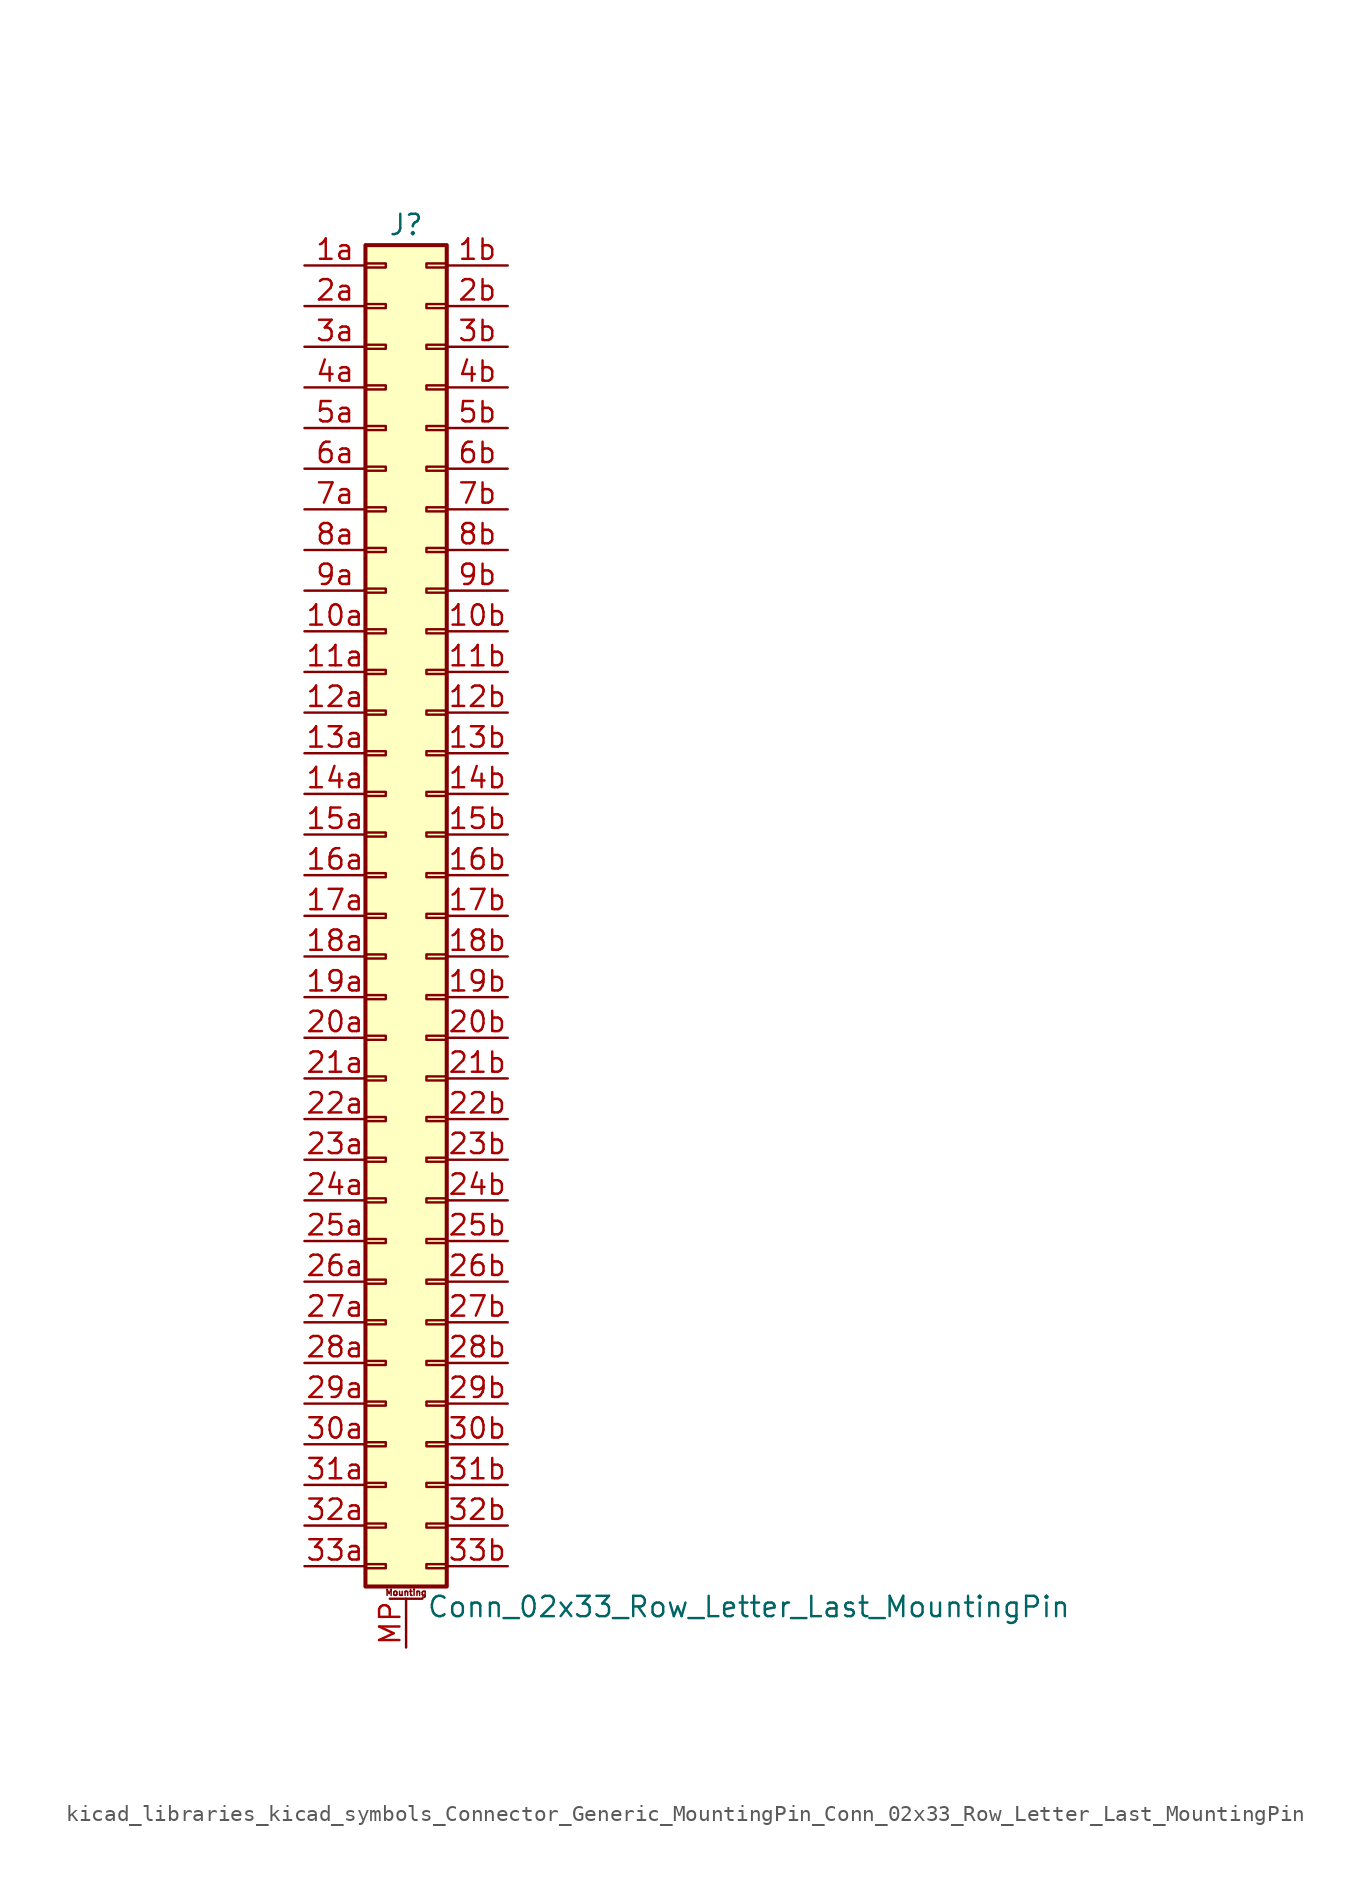
<source format=kicad_sym>
(kicad_symbol_lib
  (version 20220914)
  (generator kicad_symbol_editor)
  (symbol "kicad_libraries_kicad_symbols_Connector_Generic_MountingPin_Conn_02x33_Row_Letter_Last_MountingPin"
    (pin_names
      (offset 1.016) hide)
    (property "Reference" "J"
      (at 1.27 43.18 0)
      (effects (font (size 1.27 1.27))))
    (property "Value" "Conn_02x33_Row_Letter_Last_MountingPin"
      (at 2.54 -43.18 0)
      (effects (font (size 1.27 1.27)) (justify left)))
    (symbol "kicad_libraries_kicad_symbols_Connector_Generic_MountingPin_Conn_02x33_Row_Letter_Last_MountingPin_1_1"
      (rectangle (start -1.27 -40.513) (end 0 -40.767) (stroke (width 0.152) (type default)) (fill (type none)))
      (rectangle (start -1.27 -37.973) (end 0 -38.227) (stroke (width 0.152) (type default)) (fill (type none)))
      (rectangle (start -1.27 -35.433) (end 0 -35.687) (stroke (width 0.152) (type default)) (fill (type none)))
      (rectangle (start -1.27 -32.893) (end 0 -33.147) (stroke (width 0.152) (type default)) (fill (type none)))
      (rectangle (start -1.27 -30.353) (end 0 -30.607) (stroke (width 0.152) (type default)) (fill (type none)))
      (rectangle (start -1.27 -27.813) (end 0 -28.067) (stroke (width 0.152) (type default)) (fill (type none)))
      (rectangle (start -1.27 -25.273) (end 0 -25.527) (stroke (width 0.152) (type default)) (fill (type none)))
      (rectangle (start -1.27 -22.733) (end 0 -22.987) (stroke (width 0.152) (type default)) (fill (type none)))
      (rectangle (start -1.27 -20.193) (end 0 -20.447) (stroke (width 0.152) (type default)) (fill (type none)))
      (rectangle (start -1.27 -17.653) (end 0 -17.907) (stroke (width 0.152) (type default)) (fill (type none)))
      (rectangle (start -1.27 -15.113) (end 0 -15.367) (stroke (width 0.152) (type default)) (fill (type none)))
      (rectangle (start -1.27 -12.573) (end 0 -12.827) (stroke (width 0.152) (type default)) (fill (type none)))
      (rectangle (start -1.27 -10.033) (end 0 -10.287) (stroke (width 0.152) (type default)) (fill (type none)))
      (rectangle (start -1.27 -7.493) (end 0 -7.747) (stroke (width 0.152) (type default)) (fill (type none)))
      (rectangle (start -1.27 -4.953) (end 0 -5.207) (stroke (width 0.152) (type default)) (fill (type none)))
      (rectangle (start -1.27 -2.413) (end 0 -2.667) (stroke (width 0.152) (type default)) (fill (type none)))
      (rectangle (start -1.27 0.127) (end 0 -0.127) (stroke (width 0.152) (type default)) (fill (type none)))
      (rectangle (start -1.27 2.667) (end 0 2.413) (stroke (width 0.152) (type default)) (fill (type none)))
      (rectangle (start -1.27 5.207) (end 0 4.953) (stroke (width 0.152) (type default)) (fill (type none)))
      (rectangle (start -1.27 7.747) (end 0 7.493) (stroke (width 0.152) (type default)) (fill (type none)))
      (rectangle (start -1.27 10.287) (end 0 10.033) (stroke (width 0.152) (type default)) (fill (type none)))
      (rectangle (start -1.27 12.827) (end 0 12.573) (stroke (width 0.152) (type default)) (fill (type none)))
      (rectangle (start -1.27 15.367) (end 0 15.113) (stroke (width 0.152) (type default)) (fill (type none)))
      (rectangle (start -1.27 17.907) (end 0 17.653) (stroke (width 0.152) (type default)) (fill (type none)))
      (rectangle (start -1.27 20.447) (end 0 20.193) (stroke (width 0.152) (type default)) (fill (type none)))
      (rectangle (start -1.27 22.987) (end 0 22.733) (stroke (width 0.152) (type default)) (fill (type none)))
      (rectangle (start -1.27 25.527) (end 0 25.273) (stroke (width 0.152) (type default)) (fill (type none)))
      (rectangle (start -1.27 28.067) (end 0 27.813) (stroke (width 0.152) (type default)) (fill (type none)))
      (rectangle (start -1.27 30.607) (end 0 30.353) (stroke (width 0.152) (type default)) (fill (type none)))
      (rectangle (start -1.27 33.147) (end 0 32.893) (stroke (width 0.152) (type default)) (fill (type none)))
      (rectangle (start -1.27 35.687) (end 0 35.433) (stroke (width 0.152) (type default)) (fill (type none)))
      (rectangle (start -1.27 38.227) (end 0 37.973) (stroke (width 0.152) (type default)) (fill (type none)))
      (rectangle (start -1.27 40.767) (end 0 40.513) (stroke (width 0.152) (type default)) (fill (type none)))
      (rectangle (start -1.27 41.91) (end 3.81 -41.91) (stroke (width 0.254) (type default)) (fill (type background)))
      (polyline (pts (xy 0.254 -42.672) (xy 2.286 -42.672)) (stroke (width 0.152) (type default)) (fill (type none)))
      (rectangle (start 3.81 -40.513) (end 2.54 -40.767) (stroke (width 0.152) (type default)) (fill (type none)))
      (rectangle (start 3.81 -37.973) (end 2.54 -38.227) (stroke (width 0.152) (type default)) (fill (type none)))
      (rectangle (start 3.81 -35.433) (end 2.54 -35.687) (stroke (width 0.152) (type default)) (fill (type none)))
      (rectangle (start 3.81 -32.893) (end 2.54 -33.147) (stroke (width 0.152) (type default)) (fill (type none)))
      (rectangle (start 3.81 -30.353) (end 2.54 -30.607) (stroke (width 0.152) (type default)) (fill (type none)))
      (rectangle (start 3.81 -27.813) (end 2.54 -28.067) (stroke (width 0.152) (type default)) (fill (type none)))
      (rectangle (start 3.81 -25.273) (end 2.54 -25.527) (stroke (width 0.152) (type default)) (fill (type none)))
      (rectangle (start 3.81 -22.733) (end 2.54 -22.987) (stroke (width 0.152) (type default)) (fill (type none)))
      (rectangle (start 3.81 -20.193) (end 2.54 -20.447) (stroke (width 0.152) (type default)) (fill (type none)))
      (rectangle (start 3.81 -17.653) (end 2.54 -17.907) (stroke (width 0.152) (type default)) (fill (type none)))
      (rectangle (start 3.81 -15.113) (end 2.54 -15.367) (stroke (width 0.152) (type default)) (fill (type none)))
      (rectangle (start 3.81 -12.573) (end 2.54 -12.827) (stroke (width 0.152) (type default)) (fill (type none)))
      (rectangle (start 3.81 -10.033) (end 2.54 -10.287) (stroke (width 0.152) (type default)) (fill (type none)))
      (rectangle (start 3.81 -7.493) (end 2.54 -7.747) (stroke (width 0.152) (type default)) (fill (type none)))
      (rectangle (start 3.81 -4.953) (end 2.54 -5.207) (stroke (width 0.152) (type default)) (fill (type none)))
      (rectangle (start 3.81 -2.413) (end 2.54 -2.667) (stroke (width 0.152) (type default)) (fill (type none)))
      (rectangle (start 3.81 0.127) (end 2.54 -0.127) (stroke (width 0.152) (type default)) (fill (type none)))
      (rectangle (start 3.81 2.667) (end 2.54 2.413) (stroke (width 0.152) (type default)) (fill (type none)))
      (rectangle (start 3.81 5.207) (end 2.54 4.953) (stroke (width 0.152) (type default)) (fill (type none)))
      (rectangle (start 3.81 7.747) (end 2.54 7.493) (stroke (width 0.152) (type default)) (fill (type none)))
      (rectangle (start 3.81 10.287) (end 2.54 10.033) (stroke (width 0.152) (type default)) (fill (type none)))
      (rectangle (start 3.81 12.827) (end 2.54 12.573) (stroke (width 0.152) (type default)) (fill (type none)))
      (rectangle (start 3.81 15.367) (end 2.54 15.113) (stroke (width 0.152) (type default)) (fill (type none)))
      (rectangle (start 3.81 17.907) (end 2.54 17.653) (stroke (width 0.152) (type default)) (fill (type none)))
      (rectangle (start 3.81 20.447) (end 2.54 20.193) (stroke (width 0.152) (type default)) (fill (type none)))
      (rectangle (start 3.81 22.987) (end 2.54 22.733) (stroke (width 0.152) (type default)) (fill (type none)))
      (rectangle (start 3.81 25.527) (end 2.54 25.273) (stroke (width 0.152) (type default)) (fill (type none)))
      (rectangle (start 3.81 28.067) (end 2.54 27.813) (stroke (width 0.152) (type default)) (fill (type none)))
      (rectangle (start 3.81 30.607) (end 2.54 30.353) (stroke (width 0.152) (type default)) (fill (type none)))
      (rectangle (start 3.81 33.147) (end 2.54 32.893) (stroke (width 0.152) (type default)) (fill (type none)))
      (rectangle (start 3.81 35.687) (end 2.54 35.433) (stroke (width 0.152) (type default)) (fill (type none)))
      (rectangle (start 3.81 38.227) (end 2.54 37.973) (stroke (width 0.152) (type default)) (fill (type none)))
      (rectangle (start 3.81 40.767) (end 2.54 40.513) (stroke (width 0.152) (type default)) (fill (type none)))
      (text "Mounting" (at 1.27 -42.291 0) (effects (font (size 0.381 0.381))))
      (pin passive line (at -5.08 17.78 0) (length 3.81) (name "Pin_10a" (effects (font (size 1.27 1.27)))) (number "10a" (effects (font (size 1.27 1.27)))))
      (pin passive line (at 7.62 17.78 180) (length 3.81) (name "Pin_10b" (effects (font (size 1.27 1.27)))) (number "10b" (effects (font (size 1.27 1.27)))))
      (pin passive line (at -5.08 15.24 0) (length 3.81) (name "Pin_11a" (effects (font (size 1.27 1.27)))) (number "11a" (effects (font (size 1.27 1.27)))))
      (pin passive line (at 7.62 15.24 180) (length 3.81) (name "Pin_11b" (effects (font (size 1.27 1.27)))) (number "11b" (effects (font (size 1.27 1.27)))))
      (pin passive line (at -5.08 12.7 0) (length 3.81) (name "Pin_12a" (effects (font (size 1.27 1.27)))) (number "12a" (effects (font (size 1.27 1.27)))))
      (pin passive line (at 7.62 12.7 180) (length 3.81) (name "Pin_12b" (effects (font (size 1.27 1.27)))) (number "12b" (effects (font (size 1.27 1.27)))))
      (pin passive line (at -5.08 10.16 0) (length 3.81) (name "Pin_13a" (effects (font (size 1.27 1.27)))) (number "13a" (effects (font (size 1.27 1.27)))))
      (pin passive line (at 7.62 10.16 180) (length 3.81) (name "Pin_13b" (effects (font (size 1.27 1.27)))) (number "13b" (effects (font (size 1.27 1.27)))))
      (pin passive line (at -5.08 7.62 0) (length 3.81) (name "Pin_14a" (effects (font (size 1.27 1.27)))) (number "14a" (effects (font (size 1.27 1.27)))))
      (pin passive line (at 7.62 7.62 180) (length 3.81) (name "Pin_14b" (effects (font (size 1.27 1.27)))) (number "14b" (effects (font (size 1.27 1.27)))))
      (pin passive line (at -5.08 5.08 0) (length 3.81) (name "Pin_15a" (effects (font (size 1.27 1.27)))) (number "15a" (effects (font (size 1.27 1.27)))))
      (pin passive line (at 7.62 5.08 180) (length 3.81) (name "Pin_15b" (effects (font (size 1.27 1.27)))) (number "15b" (effects (font (size 1.27 1.27)))))
      (pin passive line (at -5.08 2.54 0) (length 3.81) (name "Pin_16a" (effects (font (size 1.27 1.27)))) (number "16a" (effects (font (size 1.27 1.27)))))
      (pin passive line (at 7.62 2.54 180) (length 3.81) (name "Pin_16b" (effects (font (size 1.27 1.27)))) (number "16b" (effects (font (size 1.27 1.27)))))
      (pin passive line (at -5.08 0 0) (length 3.81) (name "Pin_17a" (effects (font (size 1.27 1.27)))) (number "17a" (effects (font (size 1.27 1.27)))))
      (pin passive line (at 7.62 0 180) (length 3.81) (name "Pin_17b" (effects (font (size 1.27 1.27)))) (number "17b" (effects (font (size 1.27 1.27)))))
      (pin passive line (at -5.08 -2.54 0) (length 3.81) (name "Pin_18a" (effects (font (size 1.27 1.27)))) (number "18a" (effects (font (size 1.27 1.27)))))
      (pin passive line (at 7.62 -2.54 180) (length 3.81) (name "Pin_18b" (effects (font (size 1.27 1.27)))) (number "18b" (effects (font (size 1.27 1.27)))))
      (pin passive line (at -5.08 -5.08 0) (length 3.81) (name "Pin_19a" (effects (font (size 1.27 1.27)))) (number "19a" (effects (font (size 1.27 1.27)))))
      (pin passive line (at 7.62 -5.08 180) (length 3.81) (name "Pin_19b" (effects (font (size 1.27 1.27)))) (number "19b" (effects (font (size 1.27 1.27)))))
      (pin passive line (at -5.08 40.64 0) (length 3.81) (name "Pin_1a" (effects (font (size 1.27 1.27)))) (number "1a" (effects (font (size 1.27 1.27)))))
      (pin passive line (at 7.62 40.64 180) (length 3.81) (name "Pin_1b" (effects (font (size 1.27 1.27)))) (number "1b" (effects (font (size 1.27 1.27)))))
      (pin passive line (at -5.08 -7.62 0) (length 3.81) (name "Pin_20a" (effects (font (size 1.27 1.27)))) (number "20a" (effects (font (size 1.27 1.27)))))
      (pin passive line (at 7.62 -7.62 180) (length 3.81) (name "Pin_20b" (effects (font (size 1.27 1.27)))) (number "20b" (effects (font (size 1.27 1.27)))))
      (pin passive line (at -5.08 -10.16 0) (length 3.81) (name "Pin_21a" (effects (font (size 1.27 1.27)))) (number "21a" (effects (font (size 1.27 1.27)))))
      (pin passive line (at 7.62 -10.16 180) (length 3.81) (name "Pin_21b" (effects (font (size 1.27 1.27)))) (number "21b" (effects (font (size 1.27 1.27)))))
      (pin passive line (at -5.08 -12.7 0) (length 3.81) (name "Pin_22a" (effects (font (size 1.27 1.27)))) (number "22a" (effects (font (size 1.27 1.27)))))
      (pin passive line (at 7.62 -12.7 180) (length 3.81) (name "Pin_22b" (effects (font (size 1.27 1.27)))) (number "22b" (effects (font (size 1.27 1.27)))))
      (pin passive line (at -5.08 -15.24 0) (length 3.81) (name "Pin_23a" (effects (font (size 1.27 1.27)))) (number "23a" (effects (font (size 1.27 1.27)))))
      (pin passive line (at 7.62 -15.24 180) (length 3.81) (name "Pin_23b" (effects (font (size 1.27 1.27)))) (number "23b" (effects (font (size 1.27 1.27)))))
      (pin passive line (at -5.08 -17.78 0) (length 3.81) (name "Pin_24a" (effects (font (size 1.27 1.27)))) (number "24a" (effects (font (size 1.27 1.27)))))
      (pin passive line (at 7.62 -17.78 180) (length 3.81) (name "Pin_24b" (effects (font (size 1.27 1.27)))) (number "24b" (effects (font (size 1.27 1.27)))))
      (pin passive line (at -5.08 -20.32 0) (length 3.81) (name "Pin_25a" (effects (font (size 1.27 1.27)))) (number "25a" (effects (font (size 1.27 1.27)))))
      (pin passive line (at 7.62 -20.32 180) (length 3.81) (name "Pin_25b" (effects (font (size 1.27 1.27)))) (number "25b" (effects (font (size 1.27 1.27)))))
      (pin passive line (at -5.08 -22.86 0) (length 3.81) (name "Pin_26a" (effects (font (size 1.27 1.27)))) (number "26a" (effects (font (size 1.27 1.27)))))
      (pin passive line (at 7.62 -22.86 180) (length 3.81) (name "Pin_26b" (effects (font (size 1.27 1.27)))) (number "26b" (effects (font (size 1.27 1.27)))))
      (pin passive line (at -5.08 -25.4 0) (length 3.81) (name "Pin_27a" (effects (font (size 1.27 1.27)))) (number "27a" (effects (font (size 1.27 1.27)))))
      (pin passive line (at 7.62 -25.4 180) (length 3.81) (name "Pin_27b" (effects (font (size 1.27 1.27)))) (number "27b" (effects (font (size 1.27 1.27)))))
      (pin passive line (at -5.08 -27.94 0) (length 3.81) (name "Pin_28a" (effects (font (size 1.27 1.27)))) (number "28a" (effects (font (size 1.27 1.27)))))
      (pin passive line (at 7.62 -27.94 180) (length 3.81) (name "Pin_28b" (effects (font (size 1.27 1.27)))) (number "28b" (effects (font (size 1.27 1.27)))))
      (pin passive line (at -5.08 -30.48 0) (length 3.81) (name "Pin_29a" (effects (font (size 1.27 1.27)))) (number "29a" (effects (font (size 1.27 1.27)))))
      (pin passive line (at 7.62 -30.48 180) (length 3.81) (name "Pin_29b" (effects (font (size 1.27 1.27)))) (number "29b" (effects (font (size 1.27 1.27)))))
      (pin passive line (at -5.08 38.1 0) (length 3.81) (name "Pin_2a" (effects (font (size 1.27 1.27)))) (number "2a" (effects (font (size 1.27 1.27)))))
      (pin passive line (at 7.62 38.1 180) (length 3.81) (name "Pin_2b" (effects (font (size 1.27 1.27)))) (number "2b" (effects (font (size 1.27 1.27)))))
      (pin passive line (at -5.08 -33.02 0) (length 3.81) (name "Pin_30a" (effects (font (size 1.27 1.27)))) (number "30a" (effects (font (size 1.27 1.27)))))
      (pin passive line (at 7.62 -33.02 180) (length 3.81) (name "Pin_30b" (effects (font (size 1.27 1.27)))) (number "30b" (effects (font (size 1.27 1.27)))))
      (pin passive line (at -5.08 -35.56 0) (length 3.81) (name "Pin_31a" (effects (font (size 1.27 1.27)))) (number "31a" (effects (font (size 1.27 1.27)))))
      (pin passive line (at 7.62 -35.56 180) (length 3.81) (name "Pin_31b" (effects (font (size 1.27 1.27)))) (number "31b" (effects (font (size 1.27 1.27)))))
      (pin passive line (at -5.08 -38.1 0) (length 3.81) (name "Pin_32a" (effects (font (size 1.27 1.27)))) (number "32a" (effects (font (size 1.27 1.27)))))
      (pin passive line (at 7.62 -38.1 180) (length 3.81) (name "Pin_32b" (effects (font (size 1.27 1.27)))) (number "32b" (effects (font (size 1.27 1.27)))))
      (pin passive line (at -5.08 -40.64 0) (length 3.81) (name "Pin_33a" (effects (font (size 1.27 1.27)))) (number "33a" (effects (font (size 1.27 1.27)))))
      (pin passive line (at 7.62 -40.64 180) (length 3.81) (name "Pin_33b" (effects (font (size 1.27 1.27)))) (number "33b" (effects (font (size 1.27 1.27)))))
      (pin passive line (at -5.08 35.56 0) (length 3.81) (name "Pin_3a" (effects (font (size 1.27 1.27)))) (number "3a" (effects (font (size 1.27 1.27)))))
      (pin passive line (at 7.62 35.56 180) (length 3.81) (name "Pin_3b" (effects (font (size 1.27 1.27)))) (number "3b" (effects (font (size 1.27 1.27)))))
      (pin passive line (at -5.08 33.02 0) (length 3.81) (name "Pin_4a" (effects (font (size 1.27 1.27)))) (number "4a" (effects (font (size 1.27 1.27)))))
      (pin passive line (at 7.62 33.02 180) (length 3.81) (name "Pin_4b" (effects (font (size 1.27 1.27)))) (number "4b" (effects (font (size 1.27 1.27)))))
      (pin passive line (at -5.08 30.48 0) (length 3.81) (name "Pin_5a" (effects (font (size 1.27 1.27)))) (number "5a" (effects (font (size 1.27 1.27)))))
      (pin passive line (at 7.62 30.48 180) (length 3.81) (name "Pin_5b" (effects (font (size 1.27 1.27)))) (number "5b" (effects (font (size 1.27 1.27)))))
      (pin passive line (at -5.08 27.94 0) (length 3.81) (name "Pin_6a" (effects (font (size 1.27 1.27)))) (number "6a" (effects (font (size 1.27 1.27)))))
      (pin passive line (at 7.62 27.94 180) (length 3.81) (name "Pin_6b" (effects (font (size 1.27 1.27)))) (number "6b" (effects (font (size 1.27 1.27)))))
      (pin passive line (at -5.08 25.4 0) (length 3.81) (name "Pin_7a" (effects (font (size 1.27 1.27)))) (number "7a" (effects (font (size 1.27 1.27)))))
      (pin passive line (at 7.62 25.4 180) (length 3.81) (name "Pin_7b" (effects (font (size 1.27 1.27)))) (number "7b" (effects (font (size 1.27 1.27)))))
      (pin passive line (at -5.08 22.86 0) (length 3.81) (name "Pin_8a" (effects (font (size 1.27 1.27)))) (number "8a" (effects (font (size 1.27 1.27)))))
      (pin passive line (at 7.62 22.86 180) (length 3.81) (name "Pin_8b" (effects (font (size 1.27 1.27)))) (number "8b" (effects (font (size 1.27 1.27)))))
      (pin passive line (at -5.08 20.32 0) (length 3.81) (name "Pin_9a" (effects (font (size 1.27 1.27)))) (number "9a" (effects (font (size 1.27 1.27)))))
      (pin passive line (at 7.62 20.32 180) (length 3.81) (name "Pin_9b" (effects (font (size 1.27 1.27)))) (number "9b" (effects (font (size 1.27 1.27)))))
      (pin passive line (at 1.27 -45.72 90) (length 3.048) (name "MountPin" (effects (font (size 1.27 1.27)))) (number "MP" (effects (font (size 1.27 1.27))))))))
</source>
